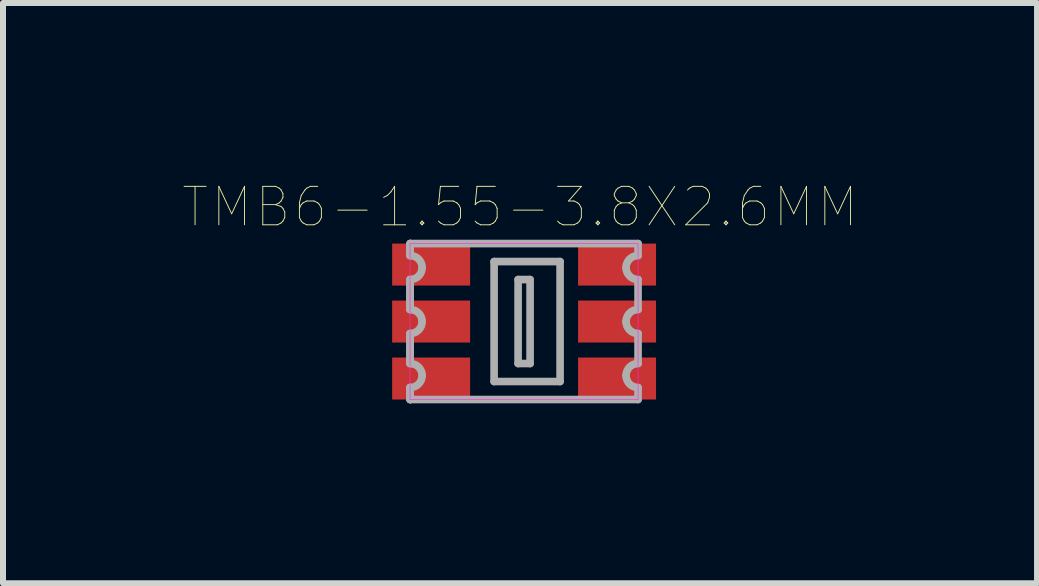
<source format=kicad_pcb>
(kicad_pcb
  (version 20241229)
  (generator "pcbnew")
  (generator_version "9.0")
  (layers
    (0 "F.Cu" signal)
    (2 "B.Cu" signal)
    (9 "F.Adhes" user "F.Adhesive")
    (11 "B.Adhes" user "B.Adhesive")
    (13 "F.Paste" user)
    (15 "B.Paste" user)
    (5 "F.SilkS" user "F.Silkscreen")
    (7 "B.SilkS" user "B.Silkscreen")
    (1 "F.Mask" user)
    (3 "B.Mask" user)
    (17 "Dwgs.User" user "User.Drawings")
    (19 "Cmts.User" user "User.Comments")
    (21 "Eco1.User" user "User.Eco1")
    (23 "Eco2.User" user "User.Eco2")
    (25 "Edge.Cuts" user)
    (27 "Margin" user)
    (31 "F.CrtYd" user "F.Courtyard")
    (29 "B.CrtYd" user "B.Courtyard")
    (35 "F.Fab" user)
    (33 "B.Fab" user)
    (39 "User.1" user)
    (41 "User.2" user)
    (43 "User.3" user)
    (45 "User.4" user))
  (footprint "TMB6-1.55-3.8X2.6MM"
    (layer "F.Cu")
    (at 5.688 2.311)
    (property "Reference" "TMB6-1.55-3.8X2.6MM" (at -0.068 -1.909 0) (layer "F.SilkS") (effects (font (size 0.641 0.641) (thickness 0.015))))
    (attr through_hole)
    (fp_poly (pts (xy -1.902 -1.3) (xy 1.9 -1.3) (xy 1.9 1.302) (xy -1.902 1.302)) (stroke (width 0.01) (type solid)) (fill no) (layer "F.CrtYd"))
    (fp_line (start -1.9 -1.3) (end 1.9 -1.3) (stroke (width 0.127) (type solid)) (layer "F.Fab"))
    (fp_line (start -1.9 -1.1) (end -1.9 -1.3) (stroke (width 0.127) (type solid)) (layer "F.Fab"))
    (fp_line (start -1.9 -1.1) (end -1.9 -1.3) (stroke (width 0.127) (type solid)) (layer "F.Fab"))
    (fp_line (start -1.9 -1.1) (end -1.9 -1.3) (stroke (width 0.127) (type solid)) (layer "F.Fab"))
    (fp_line (start -1.9 -0.2) (end -1.9 -0.7) (stroke (width 0.127) (type solid)) (layer "F.Fab"))
    (fp_line (start -1.9 -0.2) (end -1.9 -0.7) (stroke (width 0.127) (type solid)) (layer "F.Fab"))
    (fp_line (start -1.9 -0.2) (end -1.9 -0.7) (stroke (width 0.127) (type solid)) (layer "F.Fab"))
    (fp_line (start -1.9 0.7) (end -1.9 0.2) (stroke (width 0.127) (type solid)) (layer "F.Fab"))
    (fp_line (start -1.9 0.7) (end -1.9 0.2) (stroke (width 0.127) (type solid)) (layer "F.Fab"))
    (fp_line (start -1.9 0.7) (end -1.9 0.2) (stroke (width 0.127) (type solid)) (layer "F.Fab"))
    (fp_line (start -1.9 1.3) (end -1.9 1.1) (stroke (width 0.127) (type solid)) (layer "F.Fab"))
    (fp_line (start -1.9 1.3) (end -1.9 1.1) (stroke (width 0.127) (type solid)) (layer "F.Fab"))
    (fp_line (start -1.9 1.3) (end -1.9 1.1) (stroke (width 0.127) (type solid)) (layer "F.Fab"))
    (fp_line (start -0.5 -1) (end 0.6 -1) (stroke (width 0.127) (type solid)) (layer "F.Fab"))
    (fp_line (start -0.5 1) (end -0.5 -1) (stroke (width 0.127) (type solid)) (layer "F.Fab"))
    (fp_line (start -0.1 -0.7) (end 0.1 -0.7) (stroke (width 0.127) (type solid)) (layer "F.Fab"))
    (fp_line (start -0.1 0.7) (end -0.1 -0.7) (stroke (width 0.127) (type solid)) (layer "F.Fab"))
    (fp_line (start 0.1 -0.7) (end 0.1 0.7) (stroke (width 0.127) (type solid)) (layer "F.Fab"))
    (fp_line (start 0.1 0.7) (end -0.1 0.7) (stroke (width 0.127) (type solid)) (layer "F.Fab"))
    (fp_line (start 0.6 -1) (end 0.6 1) (stroke (width 0.127) (type solid)) (layer "F.Fab"))
    (fp_line (start 0.6 1) (end -0.5 1) (stroke (width 0.127) (type solid)) (layer "F.Fab"))
    (fp_line (start 1.9 -1.3) (end 1.9 -1.1) (stroke (width 0.127) (type solid)) (layer "F.Fab"))
    (fp_line (start 1.9 -0.7) (end 1.9 -0.2) (stroke (width 0.127) (type solid)) (layer "F.Fab"))
    (fp_line (start 1.9 0.2) (end 1.9 0.7) (stroke (width 0.127) (type solid)) (layer "F.Fab"))
    (fp_line (start 1.9 1.1) (end 1.9 1.3) (stroke (width 0.127) (type solid)) (layer "F.Fab"))
    (fp_line (start 1.9 1.3) (end -1.9 1.3) (stroke (width 0.127) (type solid)) (layer "F.Fab"))
    (fp_arc (start -1.9 -1.1) (mid -1.758579 -1.041421) (end -1.7 -0.9) (stroke (width 0.127) (type solid)) (layer "F.Fab"))
    (fp_arc (start -1.9 -0.2) (mid -1.758579 -0.141421) (end -1.7 0) (stroke (width 0.127) (type solid)) (layer "F.Fab"))
    (fp_arc (start -1.9 0.7) (mid -1.758579 0.758579) (end -1.7 0.9) (stroke (width 0.127) (type solid)) (layer "F.Fab"))
    (fp_arc (start -1.7 -0.9) (mid -1.758579 -0.758579) (end -1.9 -0.7) (stroke (width 0.127) (type solid)) (layer "F.Fab"))
    (fp_arc (start -1.7 0) (mid -1.758579 0.141421) (end -1.9 0.2) (stroke (width 0.127) (type solid)) (layer "F.Fab"))
    (fp_arc (start -1.7 0.9) (mid -1.758579 1.041421) (end -1.9 1.1) (stroke (width 0.127) (type solid)) (layer "F.Fab"))
    (fp_arc (start 1.7 -0.9) (mid 1.758579 -1.041421) (end 1.9 -1.1) (stroke (width 0.127) (type solid)) (layer "F.Fab"))
    (fp_arc (start 1.7 0) (mid 1.758579 -0.141421) (end 1.9 -0.2) (stroke (width 0.127) (type solid)) (layer "F.Fab"))
    (fp_arc (start 1.7 0.9) (mid 1.758579 0.758579) (end 1.9 0.7) (stroke (width 0.127) (type solid)) (layer "F.Fab"))
    (fp_arc (start 1.9 -0.7) (mid 1.758579 -0.758579) (end 1.7 -0.9) (stroke (width 0.127) (type solid)) (layer "F.Fab"))
    (fp_arc (start 1.9 0.2) (mid 1.758579 0.141421) (end 1.7 0) (stroke (width 0.127) (type solid)) (layer "F.Fab"))
    (fp_arc (start 1.9 1.1) (mid 1.758579 1.041421) (end 1.7 0.9) (stroke (width 0.127) (type solid)) (layer "F.Fab"))
    (fp_poly (pts (xy -0.1 -0.7) (xy 0.1 -0.7) (xy 0.1 0.701) (xy -0.1 0.701)) (stroke (width 0.01) (type solid)) (fill no) (layer "F.Fab"))
    (pad "1" smd rect (at -1.55 -0.95) (size 1.3 0.7) (layers "F.Cu" "F.Mask" "F.Paste"))
    (pad "2" smd rect (at -1.55 0) (size 1.3 0.7) (layers "F.Cu" "F.Mask" "F.Paste"))
    (pad "3" smd rect (at -1.55 0.95) (size 1.3 0.7) (layers "F.Cu" "F.Mask" "F.Paste"))
    (pad "4" smd rect (at 1.55 0.95) (size 1.3 0.7) (layers "F.Cu" "F.Mask" "F.Paste"))
    (pad "5" smd rect (at 1.55 0) (size 1.3 0.7) (layers "F.Cu" "F.Mask" "F.Paste"))
    (pad "6" smd rect (at 1.55 -0.95) (size 1.3 0.7) (layers "F.Cu" "F.Mask" "F.Paste")))
  (gr_rect
    (start -3 -3)
    (end 14.24 6.674)
    (stroke (width 0.1) (type default))
    (fill no)
    (layer "Edge.Cuts")))
</source>
